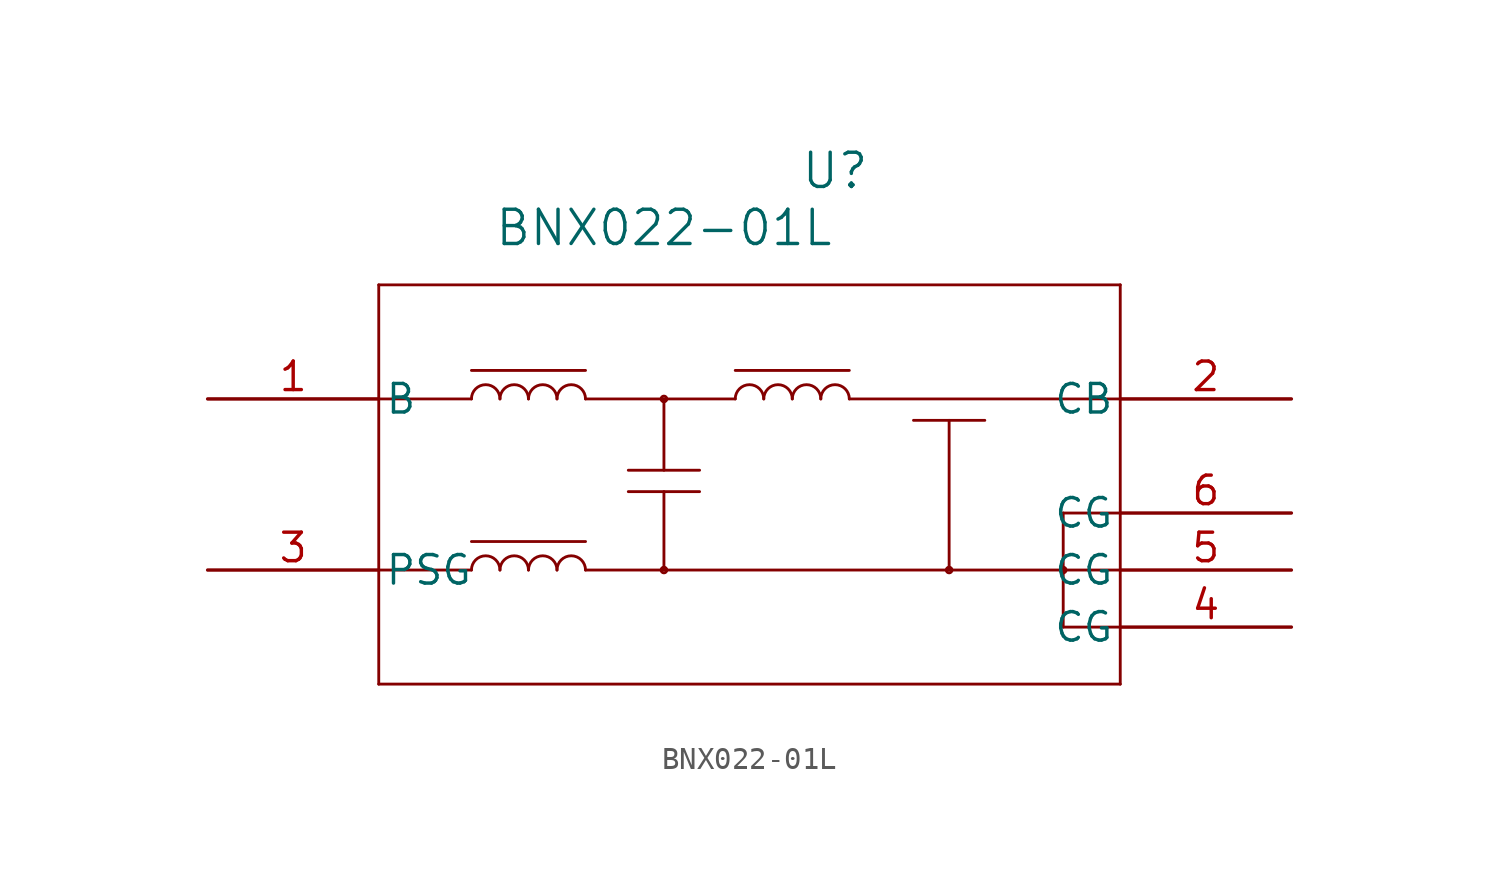
<source format=kicad_sym>
(kicad_symbol_lib
  (version 20231120)
  (generator "kicad_symbol_editor")
  (generator_version "8.0")
  (symbol "BNX022-01L"
    (pin_names
      (offset 0.254))
    (property "Reference" "U"
      (at 27.94 10.16 0)
      (effects (font (size 1.524 1.524))))
    (property "Value" "BNX022-01L"
      (at 20.32 7.62 0)
      (effects (font (size 1.524 1.524))))
    (property "ki_locked" ""
      (at 0 0 0)
      (effects (font (size 1.27 1.27))))
    (symbol "BNX022-01L_0_1"
      (polyline (pts (xy 7.62 -12.7) (xy 40.64 -12.7)) (stroke (width 0.127) (type default)) (fill (type none)))
      (polyline (pts (xy 7.62 -7.62) (xy 11.748 -7.62)) (stroke (width 0.127) (type default)) (fill (type none)))
      (polyline (pts (xy 7.62 0) (xy 11.748 0)) (stroke (width 0.127) (type default)) (fill (type none)))
      (polyline (pts (xy 7.62 5.08) (xy 7.62 -12.7)) (stroke (width 0.127) (type default)) (fill (type none)))
      (polyline (pts (xy 11.748 -6.35) (xy 16.828 -6.35)) (stroke (width 0.127) (type default)) (fill (type none)))
      (polyline (pts (xy 11.748 1.27) (xy 16.828 1.27)) (stroke (width 0.127) (type default)) (fill (type none)))
      (polyline (pts (xy 16.828 -7.62) (xy 40.64 -7.62)) (stroke (width 0.127) (type default)) (fill (type none)))
      (polyline (pts (xy 16.828 0) (xy 23.495 0)) (stroke (width 0.127) (type default)) (fill (type none)))
      (polyline (pts (xy 18.733 -4.128) (xy 21.907 -4.128)) (stroke (width 0.127) (type default)) (fill (type none)))
      (polyline (pts (xy 18.733 -3.175) (xy 21.907 -3.175)) (stroke (width 0.127) (type default)) (fill (type none)))
      (polyline (pts (xy 20.32 -4.128) (xy 20.32 -7.62)) (stroke (width 0.127) (type default)) (fill (type none)))
      (polyline (pts (xy 20.32 0) (xy 20.32 -3.175)) (stroke (width 0.127) (type default)) (fill (type none)))
      (polyline (pts (xy 23.495 1.27) (xy 28.575 1.27)) (stroke (width 0.127) (type default)) (fill (type none)))
      (polyline (pts (xy 28.575 0) (xy 40.64 0)) (stroke (width 0.127) (type default)) (fill (type none)))
      (polyline (pts (xy 31.433 -0.953) (xy 34.608 -0.953)) (stroke (width 0.127) (type default)) (fill (type none)))
      (polyline (pts (xy 33.02 -7.62) (xy 33.02 -0.953)) (stroke (width 0.127) (type default)) (fill (type none)))
      (polyline (pts (xy 38.1 -5.08) (xy 38.1 -10.16)) (stroke (width 0.127) (type default)) (fill (type none)))
      (polyline (pts (xy 40.64 -12.7) (xy 40.64 5.08)) (stroke (width 0.127) (type default)) (fill (type none)))
      (polyline (pts (xy 40.64 -10.16) (xy 38.1 -10.16)) (stroke (width 0.127) (type default)) (fill (type none)))
      (polyline (pts (xy 40.64 -5.08) (xy 38.1 -5.08)) (stroke (width 0.127) (type default)) (fill (type none)))
      (polyline (pts (xy 40.64 5.08) (xy 7.62 5.08)) (stroke (width 0.127) (type default)) (fill (type none)))
      (arc (start 13.0175 -7.62) (mid 12.3825 -6.9877) (end 11.7475 -7.62) (stroke (width 0.127) (type default)) (fill (type none)))
      (arc (start 13.0175 0) (mid 12.3825 0.6323) (end 11.7475 0) (stroke (width 0.127) (type default)) (fill (type none)))
      (arc (start 14.2875 -7.62) (mid 13.6525 -6.9877) (end 13.0175 -7.62) (stroke (width 0.127) (type default)) (fill (type none)))
      (arc (start 14.2875 0) (mid 13.6525 0.6323) (end 13.0175 0) (stroke (width 0.127) (type default)) (fill (type none)))
      (arc (start 15.5575 -7.62) (mid 14.9225 -6.9877) (end 14.2875 -7.62) (stroke (width 0.127) (type default)) (fill (type none)))
      (arc (start 15.5575 0) (mid 14.9225 0.6323) (end 14.2875 0) (stroke (width 0.127) (type default)) (fill (type none)))
      (arc (start 16.8275 -7.62) (mid 16.1925 -6.9877) (end 15.5575 -7.62) (stroke (width 0.127) (type default)) (fill (type none)))
      (arc (start 16.8275 0) (mid 16.1925 0.6323) (end 15.5575 0) (stroke (width 0.127) (type default)) (fill (type none)))
      (circle (center 20.32 -7.62) (radius 0.127) (stroke (width 0.127) (type default)) (fill (type none)))
      (circle (center 20.32 0) (radius 0.127) (stroke (width 0.127) (type default)) (fill (type none)))
      (arc (start 24.765 0) (mid 24.13 0.6323) (end 23.495 0) (stroke (width 0.127) (type default)) (fill (type none)))
      (arc (start 26.035 0) (mid 25.4 0.6323) (end 24.765 0) (stroke (width 0.127) (type default)) (fill (type none)))
      (arc (start 27.305 0) (mid 26.67 0.6323) (end 26.035 0) (stroke (width 0.127) (type default)) (fill (type none)))
      (arc (start 28.575 0) (mid 27.94 0.6323) (end 27.305 0) (stroke (width 0.127) (type default)) (fill (type none)))
      (circle (center 33.02 -7.62) (radius 0.127) (stroke (width 0.127) (type default)) (fill (type none)))
      (circle (center 38.1 -7.62) (radius 0.127) (stroke (width 0.127) (type default)) (fill (type none)))
      (pin unspecified line (at 0 0 0) (length 7.62) (name "B" (effects (font (size 1.27 1.27)))) (number "1" (effects (font (size 1.27 1.27)))))
      (pin unspecified line (at 48.26 -10.16 180) (length 7.62) (name "CG" (effects (font (size 1.27 1.27)))) (number "4" (effects (font (size 1.27 1.27)))))
      (pin unspecified line (at 48.26 -7.62 180) (length 7.62) (name "CG" (effects (font (size 1.27 1.27)))) (number "5" (effects (font (size 1.27 1.27)))))
      (pin unspecified line (at 48.26 -5.08 180) (length 7.62) (name "CG" (effects (font (size 1.27 1.27)))) (number "6" (effects (font (size 1.27 1.27))))))
    (symbol "BNX022-01L_1_1"
      (pin unspecified line (at 48.26 0 180) (length 7.62) (name "CB" (effects (font (size 1.27 1.27)))) (number "2" (effects (font (size 1.27 1.27)))))
      (pin unspecified line (at 0 -7.62 0) (length 7.62) (name "PSG" (effects (font (size 1.27 1.27)))) (number "3" (effects (font (size 1.27 1.27))))))))
</source>
